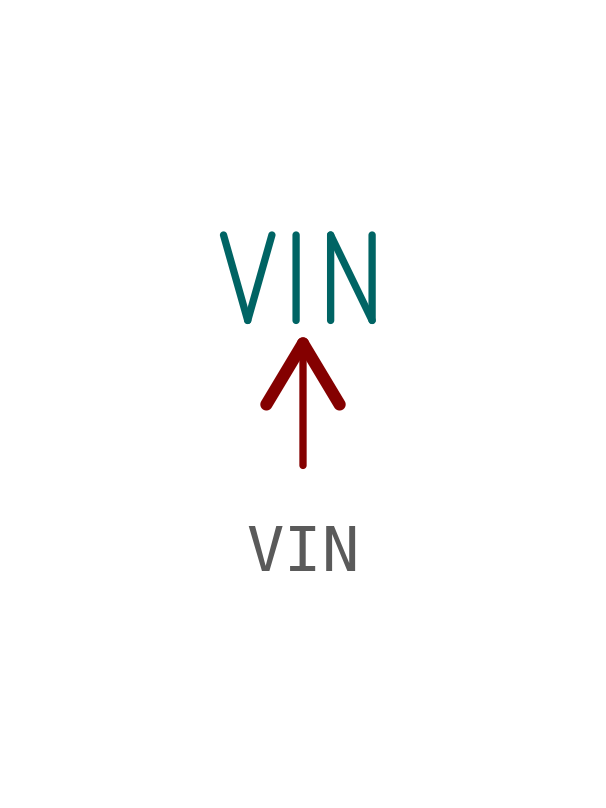
<source format=kicad_sym>
(kicad_symbol_lib
  (version 20220914)
  (generator kicad_symbol_editor)
  (symbol "VIN"
    (power)
    (property "Reference" "#SUPPLY"
      (at 0 0 0)
      (effects (font (size 1.27 1.27)) hide))
    (property "Value" "VIN"
      (at 0 2.794 0)
      (effects (font (size 1.778 1.511)) (justify bottom)))
    (property "ki_locked" ""
      (at 0 0 0)
      (effects (font (size 1.27 1.27))))
    (symbol "VIN_1_0"
      (polyline (pts (xy 0 2.54) (xy -0.762 1.27)) (stroke (width 0.254) (type solid)) (fill (type none)))
      (polyline (pts (xy 0.762 1.27) (xy 0 2.54)) (stroke (width 0.254) (type solid)) (fill (type none)))
      (pin power_in line (at 0 0 90) (length 2.54) (name "VIN" (effects (font (size 0 0)))) (number "1" (effects (font (size 0 0))))))))
</source>
